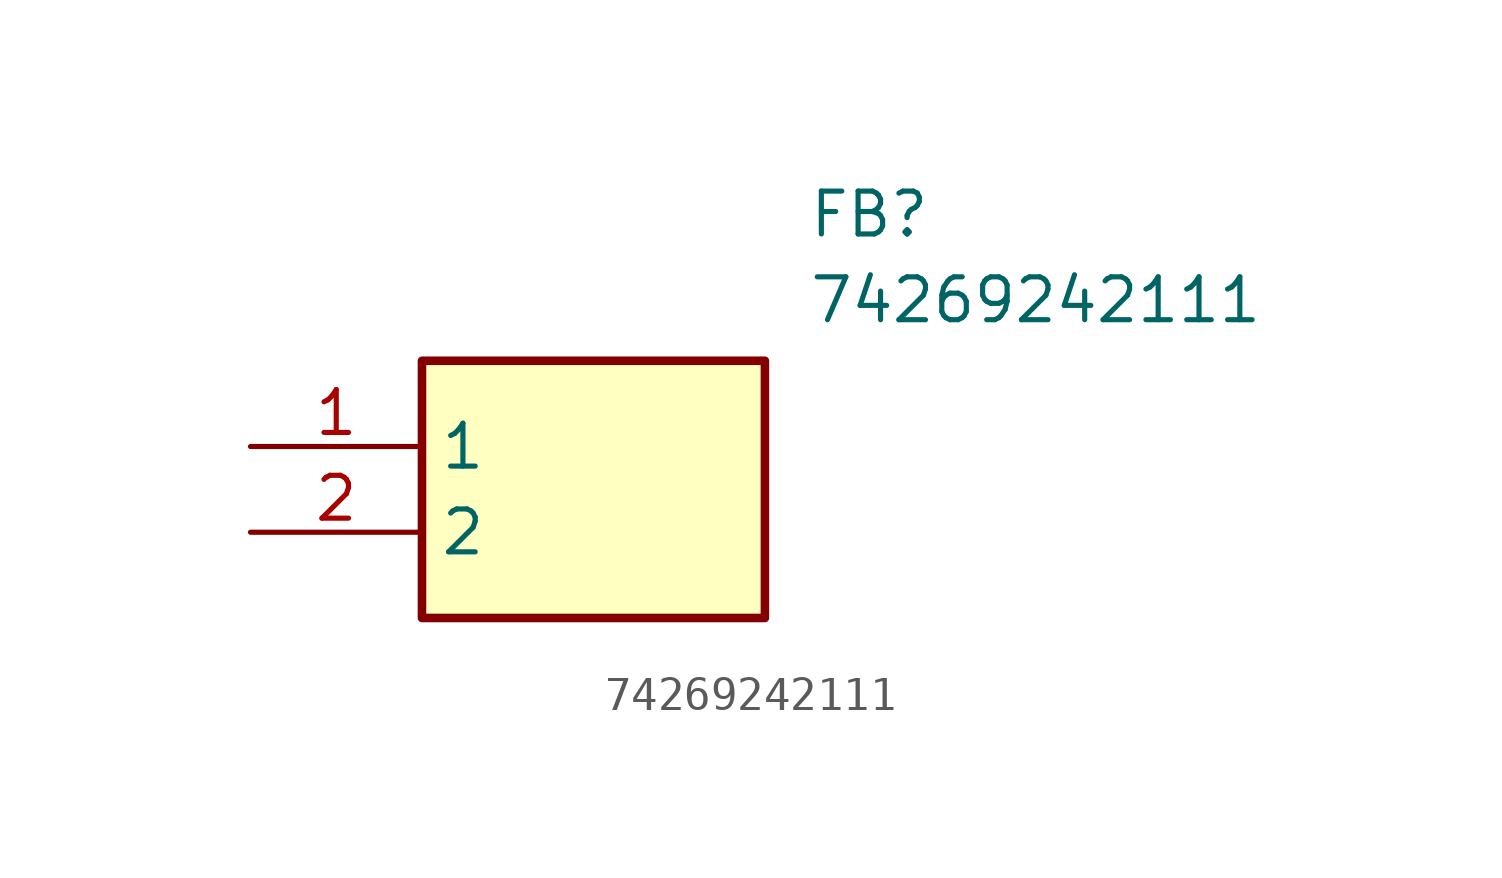
<source format=kicad_sym>
(kicad_symbol_lib
  (version 20211014)
  (generator SamacSys_ECAD_Model)
  (symbol "74269242111"
    (property "Reference" "FB"
      (at 16.51 7.62 0)
      (effects (font (size 1.27 1.27)) (justify left top)))
    (property "Value" "74269242111"
      (at 16.51 5.08 0)
      (effects (font (size 1.27 1.27)) (justify left top)))
    (rectangle
      (start 5.08 2.54)
      (end 15.24 -5.08)
      (stroke (width 0.254) (type default))
      (fill (type background)))
    (pin passive line
      (at 0 0 0)
      (length 5.08)
      (name "1" (effects (font (size 1.27 1.27))))
      (number "1" (effects (font (size 1.27 1.27)))))
    (pin passive line
      (at 0 -2.54 0)
      (length 5.08)
      (name "2" (effects (font (size 1.27 1.27))))
      (number "2" (effects (font (size 1.27 1.27)))))))
</source>
